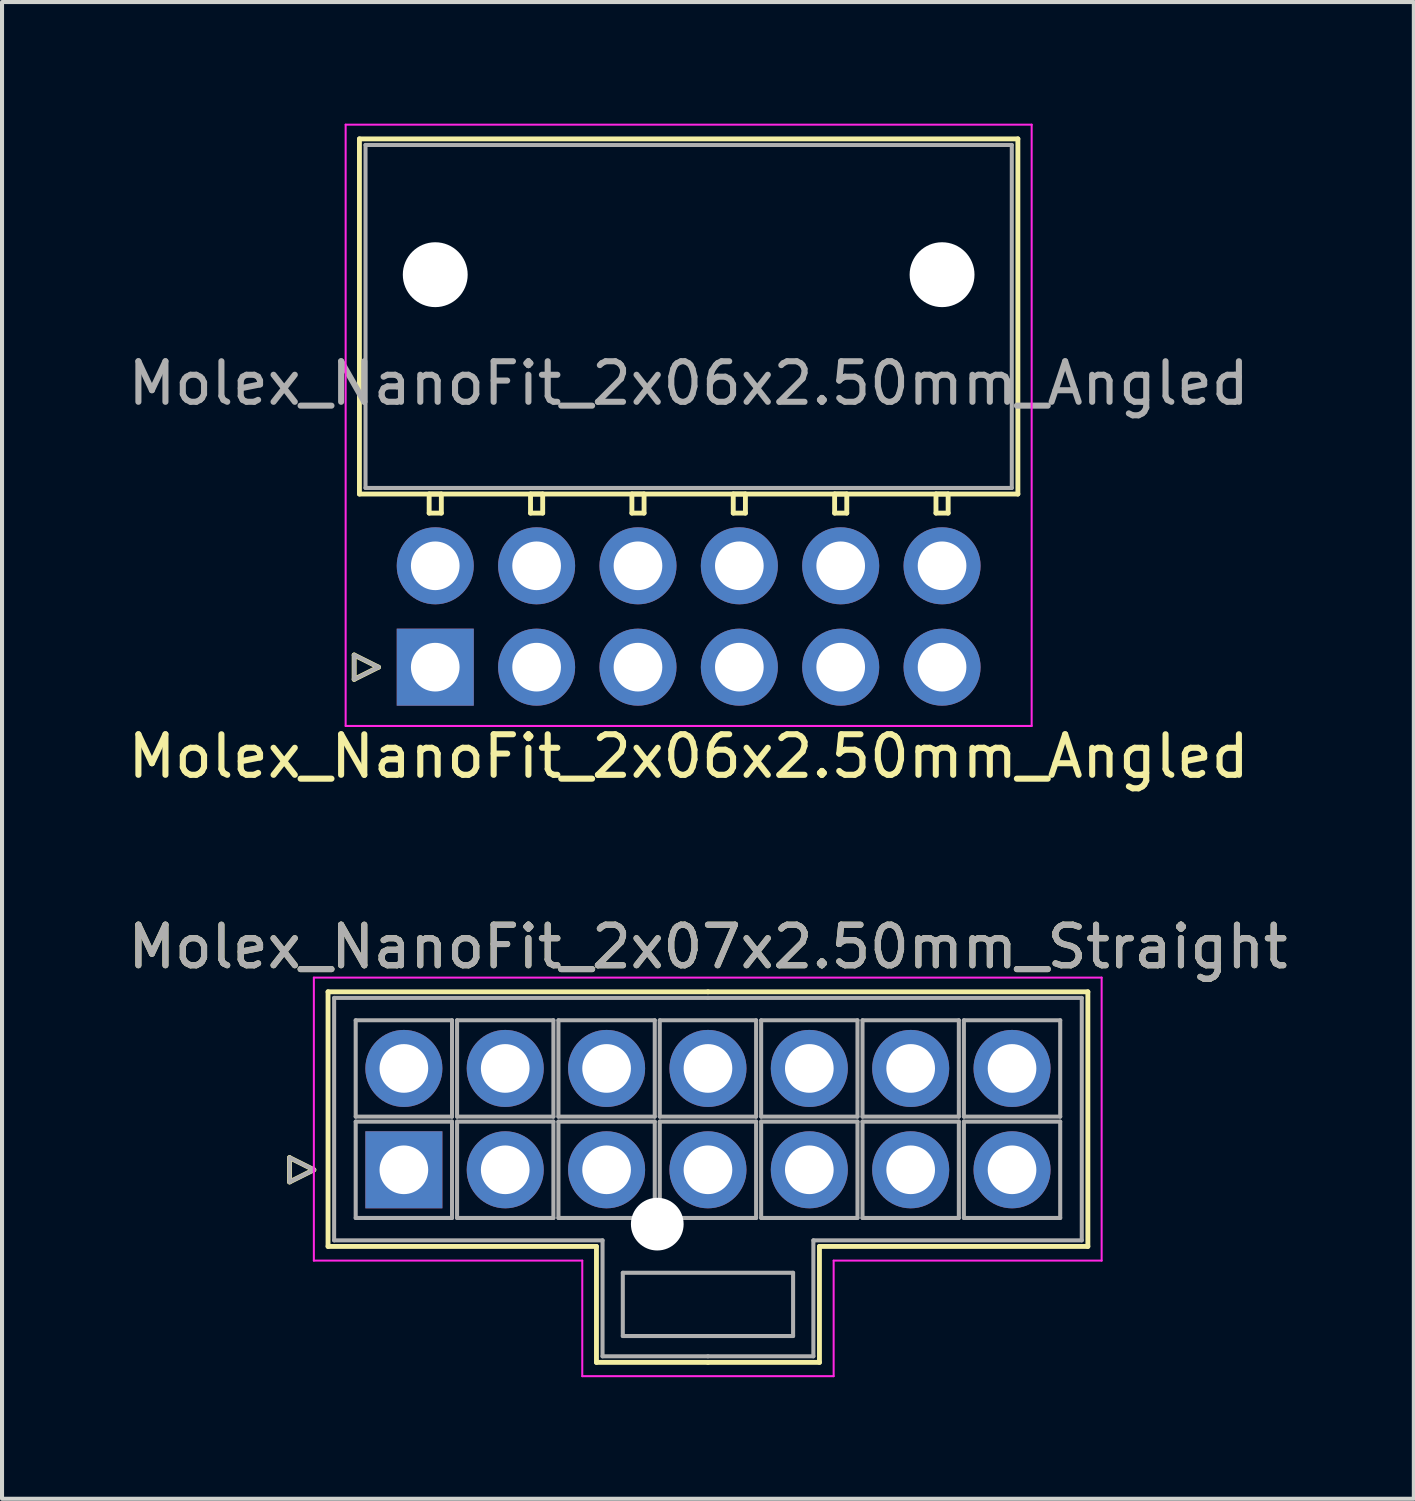
<source format=kicad_pcb>
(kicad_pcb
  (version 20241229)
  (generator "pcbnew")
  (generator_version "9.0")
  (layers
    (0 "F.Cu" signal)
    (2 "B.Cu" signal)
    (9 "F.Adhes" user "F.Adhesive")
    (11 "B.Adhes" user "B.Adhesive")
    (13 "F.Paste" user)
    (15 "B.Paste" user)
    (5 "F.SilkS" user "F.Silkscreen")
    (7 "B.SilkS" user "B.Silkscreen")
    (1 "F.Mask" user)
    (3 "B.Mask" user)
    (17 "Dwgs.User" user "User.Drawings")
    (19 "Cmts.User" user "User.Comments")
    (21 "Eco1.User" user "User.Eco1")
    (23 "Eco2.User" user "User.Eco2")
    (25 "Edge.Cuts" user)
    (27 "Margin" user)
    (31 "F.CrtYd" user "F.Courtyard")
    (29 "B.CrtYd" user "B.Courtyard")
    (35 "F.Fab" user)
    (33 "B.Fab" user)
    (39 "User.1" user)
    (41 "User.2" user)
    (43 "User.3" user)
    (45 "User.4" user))
  (footprint "Molex_NanoFit_2x07x2.50mm_Straight"
    (layer "F.Cu")
    (at 6.911 25.802)
    (property "Reference" "Molex_NanoFit_2x07x2.50mm_Straight" (at 7.5 -5.5 0) (layer "F.SilkS") (effects (font (size 1 1) (thickness 0.15))))
    (attr through_hole)
    (fp_line (start -2.82 -0.3) (end -2.22 0) (stroke (width 0.12) (type solid)) (layer "F.SilkS"))
    (fp_line (start -2.82 0.3) (end -2.82 -0.3) (stroke (width 0.12) (type solid)) (layer "F.SilkS"))
    (fp_line (start -2.22 0) (end -2.82 0.3) (stroke (width 0.12) (type solid)) (layer "F.SilkS"))
    (fp_line (start -1.87 -4.39) (end -1.87 1.89) (stroke (width 0.12) (type solid)) (layer "F.SilkS"))
    (fp_line (start -1.87 1.89) (end 4.75 1.89) (stroke (width 0.12) (type solid)) (layer "F.SilkS"))
    (fp_line (start 4.75 1.89) (end 4.75 4.75) (stroke (width 0.12) (type solid)) (layer "F.SilkS"))
    (fp_line (start 4.75 4.75) (end 7.5 4.75) (stroke (width 0.12) (type solid)) (layer "F.SilkS"))
    (fp_line (start 7.5 -4.39) (end -1.87 -4.39) (stroke (width 0.12) (type solid)) (layer "F.SilkS"))
    (fp_line (start 7.5 -4.39) (end 16.87 -4.39) (stroke (width 0.12) (type solid)) (layer "F.SilkS"))
    (fp_line (start 10.25 1.89) (end 10.25 4.75) (stroke (width 0.12) (type solid)) (layer "F.SilkS"))
    (fp_line (start 10.25 4.75) (end 7.5 4.75) (stroke (width 0.12) (type solid)) (layer "F.SilkS"))
    (fp_line (start 16.87 -4.39) (end 16.87 1.89) (stroke (width 0.12) (type solid)) (layer "F.SilkS"))
    (fp_line (start 16.87 1.89) (end 10.25 1.89) (stroke (width 0.12) (type solid)) (layer "F.SilkS"))
    (fp_line (start -2.22 -4.74) (end -2.22 2.24) (stroke (width 0.05) (type solid)) (layer "F.CrtYd"))
    (fp_line (start -2.22 2.24) (end 4.4 2.24) (stroke (width 0.05) (type solid)) (layer "F.CrtYd"))
    (fp_line (start 4.4 2.24) (end 4.4 5.09) (stroke (width 0.05) (type solid)) (layer "F.CrtYd"))
    (fp_line (start 4.4 5.09) (end 10.6 5.09) (stroke (width 0.05) (type solid)) (layer "F.CrtYd"))
    (fp_line (start 10.6 2.24) (end 17.21 2.24) (stroke (width 0.05) (type solid)) (layer "F.CrtYd"))
    (fp_line (start 10.6 5.09) (end 10.6 2.24) (stroke (width 0.05) (type solid)) (layer "F.CrtYd"))
    (fp_line (start 17.21 -4.74) (end -2.22 -4.74) (stroke (width 0.05) (type solid)) (layer "F.CrtYd"))
    (fp_line (start 17.21 2.24) (end 17.21 -4.74) (stroke (width 0.05) (type solid)) (layer "F.CrtYd"))
    (fp_line (start -2.82 -0.3) (end -2.22 0) (stroke (width 0.1) (type solid)) (layer "F.Fab"))
    (fp_line (start -2.82 0.3) (end -2.82 -0.3) (stroke (width 0.1) (type solid)) (layer "F.Fab"))
    (fp_line (start -2.22 0) (end -2.82 0.3) (stroke (width 0.1) (type solid)) (layer "F.Fab"))
    (fp_line (start -1.72 -4.24) (end -1.72 1.74) (stroke (width 0.1) (type solid)) (layer "F.Fab"))
    (fp_line (start -1.72 1.74) (end 4.9 1.74) (stroke (width 0.1) (type solid)) (layer "F.Fab"))
    (fp_line (start -1.188 -3.688) (end -1.188 -1.312) (stroke (width 0.1) (type solid)) (layer "F.Fab"))
    (fp_line (start -1.188 -1.312) (end 1.188 -1.312) (stroke (width 0.1) (type solid)) (layer "F.Fab"))
    (fp_line (start -1.188 -1.188) (end -1.188 1.188) (stroke (width 0.1) (type solid)) (layer "F.Fab"))
    (fp_line (start -1.188 1.188) (end 1.188 1.188) (stroke (width 0.1) (type solid)) (layer "F.Fab"))
    (fp_line (start 1.188 -3.688) (end -1.188 -3.688) (stroke (width 0.1) (type solid)) (layer "F.Fab"))
    (fp_line (start 1.188 -1.312) (end 1.188 -3.688) (stroke (width 0.1) (type solid)) (layer "F.Fab"))
    (fp_line (start 1.188 -1.188) (end -1.188 -1.188) (stroke (width 0.1) (type solid)) (layer "F.Fab"))
    (fp_line (start 1.188 1.188) (end 1.188 -1.188) (stroke (width 0.1) (type solid)) (layer "F.Fab"))
    (fp_line (start 1.312 -3.688) (end 1.312 -1.312) (stroke (width 0.1) (type solid)) (layer "F.Fab"))
    (fp_line (start 1.312 -1.312) (end 3.688 -1.312) (stroke (width 0.1) (type solid)) (layer "F.Fab"))
    (fp_line (start 1.312 -1.188) (end 1.312 1.188) (stroke (width 0.1) (type solid)) (layer "F.Fab"))
    (fp_line (start 1.312 1.188) (end 3.688 1.188) (stroke (width 0.1) (type solid)) (layer "F.Fab"))
    (fp_line (start 3.688 -3.688) (end 1.312 -3.688) (stroke (width 0.1) (type solid)) (layer "F.Fab"))
    (fp_line (start 3.688 -1.312) (end 3.688 -3.688) (stroke (width 0.1) (type solid)) (layer "F.Fab"))
    (fp_line (start 3.688 -1.188) (end 1.312 -1.188) (stroke (width 0.1) (type solid)) (layer "F.Fab"))
    (fp_line (start 3.688 1.188) (end 3.688 -1.188) (stroke (width 0.1) (type solid)) (layer "F.Fab"))
    (fp_line (start 3.812 -3.688) (end 3.812 -1.312) (stroke (width 0.1) (type solid)) (layer "F.Fab"))
    (fp_line (start 3.812 -1.312) (end 6.188 -1.312) (stroke (width 0.1) (type solid)) (layer "F.Fab"))
    (fp_line (start 3.812 -1.188) (end 3.812 1.188) (stroke (width 0.1) (type solid)) (layer "F.Fab"))
    (fp_line (start 3.812 1.188) (end 6.188 1.188) (stroke (width 0.1) (type solid)) (layer "F.Fab"))
    (fp_line (start 4.9 1.74) (end 4.9 4.6) (stroke (width 0.1) (type solid)) (layer "F.Fab"))
    (fp_line (start 4.9 4.6) (end 7.5 4.6) (stroke (width 0.1) (type solid)) (layer "F.Fab"))
    (fp_line (start 5.4 2.54) (end 5.4 4.1) (stroke (width 0.1) (type solid)) (layer "F.Fab"))
    (fp_line (start 5.4 4.1) (end 9.6 4.1) (stroke (width 0.1) (type solid)) (layer "F.Fab"))
    (fp_line (start 6.188 -3.688) (end 3.812 -3.688) (stroke (width 0.1) (type solid)) (layer "F.Fab"))
    (fp_line (start 6.188 -1.312) (end 6.188 -3.688) (stroke (width 0.1) (type solid)) (layer "F.Fab"))
    (fp_line (start 6.188 -1.188) (end 3.812 -1.188) (stroke (width 0.1) (type solid)) (layer "F.Fab"))
    (fp_line (start 6.188 1.188) (end 6.188 -1.188) (stroke (width 0.1) (type solid)) (layer "F.Fab"))
    (fp_line (start 6.312 -3.688) (end 6.312 -1.312) (stroke (width 0.1) (type solid)) (layer "F.Fab"))
    (fp_line (start 6.312 -1.312) (end 8.688 -1.312) (stroke (width 0.1) (type solid)) (layer "F.Fab"))
    (fp_line (start 6.312 -1.188) (end 6.312 1.188) (stroke (width 0.1) (type solid)) (layer "F.Fab"))
    (fp_line (start 6.312 1.188) (end 8.688 1.188) (stroke (width 0.1) (type solid)) (layer "F.Fab"))
    (fp_line (start 7.5 -4.24) (end -1.72 -4.24) (stroke (width 0.1) (type solid)) (layer "F.Fab"))
    (fp_line (start 7.5 -4.24) (end 16.72 -4.24) (stroke (width 0.1) (type solid)) (layer "F.Fab"))
    (fp_line (start 8.688 -3.688) (end 6.312 -3.688) (stroke (width 0.1) (type solid)) (layer "F.Fab"))
    (fp_line (start 8.688 -1.312) (end 8.688 -3.688) (stroke (width 0.1) (type solid)) (layer "F.Fab"))
    (fp_line (start 8.688 -1.188) (end 6.312 -1.188) (stroke (width 0.1) (type solid)) (layer "F.Fab"))
    (fp_line (start 8.688 1.188) (end 8.688 -1.188) (stroke (width 0.1) (type solid)) (layer "F.Fab"))
    (fp_line (start 8.812 -3.688) (end 8.812 -1.312) (stroke (width 0.1) (type solid)) (layer "F.Fab"))
    (fp_line (start 8.812 -1.312) (end 11.188 -1.312) (stroke (width 0.1) (type solid)) (layer "F.Fab"))
    (fp_line (start 8.812 -1.188) (end 8.812 1.188) (stroke (width 0.1) (type solid)) (layer "F.Fab"))
    (fp_line (start 8.812 1.188) (end 11.188 1.188) (stroke (width 0.1) (type solid)) (layer "F.Fab"))
    (fp_line (start 9.6 2.54) (end 5.4 2.54) (stroke (width 0.1) (type solid)) (layer "F.Fab"))
    (fp_line (start 9.6 4.1) (end 9.6 2.54) (stroke (width 0.1) (type solid)) (layer "F.Fab"))
    (fp_line (start 10.1 1.74) (end 10.1 4.6) (stroke (width 0.1) (type solid)) (layer "F.Fab"))
    (fp_line (start 10.1 4.6) (end 7.5 4.6) (stroke (width 0.1) (type solid)) (layer "F.Fab"))
    (fp_line (start 11.188 -3.688) (end 8.812 -3.688) (stroke (width 0.1) (type solid)) (layer "F.Fab"))
    (fp_line (start 11.188 -1.312) (end 11.188 -3.688) (stroke (width 0.1) (type solid)) (layer "F.Fab"))
    (fp_line (start 11.188 -1.188) (end 8.812 -1.188) (stroke (width 0.1) (type solid)) (layer "F.Fab"))
    (fp_line (start 11.188 1.188) (end 11.188 -1.188) (stroke (width 0.1) (type solid)) (layer "F.Fab"))
    (fp_line (start 11.312 -3.688) (end 11.312 -1.312) (stroke (width 0.1) (type solid)) (layer "F.Fab"))
    (fp_line (start 11.312 -1.312) (end 13.688 -1.312) (stroke (width 0.1) (type solid)) (layer "F.Fab"))
    (fp_line (start 11.312 -1.188) (end 11.312 1.188) (stroke (width 0.1) (type solid)) (layer "F.Fab"))
    (fp_line (start 11.312 1.188) (end 13.688 1.188) (stroke (width 0.1) (type solid)) (layer "F.Fab"))
    (fp_line (start 13.688 -3.688) (end 11.312 -3.688) (stroke (width 0.1) (type solid)) (layer "F.Fab"))
    (fp_line (start 13.688 -1.312) (end 13.688 -3.688) (stroke (width 0.1) (type solid)) (layer "F.Fab"))
    (fp_line (start 13.688 -1.188) (end 11.312 -1.188) (stroke (width 0.1) (type solid)) (layer "F.Fab"))
    (fp_line (start 13.688 1.188) (end 13.688 -1.188) (stroke (width 0.1) (type solid)) (layer "F.Fab"))
    (fp_line (start 13.812 -3.688) (end 13.812 -1.312) (stroke (width 0.1) (type solid)) (layer "F.Fab"))
    (fp_line (start 13.812 -1.312) (end 16.188 -1.312) (stroke (width 0.1) (type solid)) (layer "F.Fab"))
    (fp_line (start 13.812 -1.188) (end 13.812 1.188) (stroke (width 0.1) (type solid)) (layer "F.Fab"))
    (fp_line (start 13.812 1.188) (end 16.188 1.188) (stroke (width 0.1) (type solid)) (layer "F.Fab"))
    (fp_line (start 16.188 -3.688) (end 13.812 -3.688) (stroke (width 0.1) (type solid)) (layer "F.Fab"))
    (fp_line (start 16.188 -1.312) (end 16.188 -3.688) (stroke (width 0.1) (type solid)) (layer "F.Fab"))
    (fp_line (start 16.188 -1.188) (end 13.812 -1.188) (stroke (width 0.1) (type solid)) (layer "F.Fab"))
    (fp_line (start 16.188 1.188) (end 16.188 -1.188) (stroke (width 0.1) (type solid)) (layer "F.Fab"))
    (fp_line (start 16.72 -4.24) (end 16.72 1.74) (stroke (width 0.1) (type solid)) (layer "F.Fab"))
    (fp_line (start 16.72 1.74) (end 10.1 1.74) (stroke (width 0.1) (type solid)) (layer "F.Fab"))
    (fp_text user "${REFERENCE}" (at 7.5 -5.5 0) (layer "F.Fab") (effects (font (size 1 1) (thickness 0.15))))
    (pad "" np_thru_hole circle (at 6.25 1.34) (size 1.3 1.3) (drill 1.3) (layers "*.Cu" "*.Mask"))
    (pad "1" thru_hole rect (at 0 0) (size 1.9 1.9) (drill 1.2) (layers "*.Cu" "*.Mask"))
    (pad "2" thru_hole circle (at 2.5 0) (size 1.9 1.9) (drill 1.2) (layers "*.Cu" "*.Mask"))
    (pad "3" thru_hole circle (at 5 0) (size 1.9 1.9) (drill 1.2) (layers "*.Cu" "*.Mask"))
    (pad "4" thru_hole circle (at 7.5 0) (size 1.9 1.9) (drill 1.2) (layers "*.Cu" "*.Mask"))
    (pad "5" thru_hole circle (at 10 0) (size 1.9 1.9) (drill 1.2) (layers "*.Cu" "*.Mask"))
    (pad "6" thru_hole circle (at 12.5 0) (size 1.9 1.9) (drill 1.2) (layers "*.Cu" "*.Mask"))
    (pad "7" thru_hole circle (at 15 0) (size 1.9 1.9) (drill 1.2) (layers "*.Cu" "*.Mask"))
    (pad "8" thru_hole circle (at 0 -2.5) (size 1.9 1.9) (drill 1.2) (layers "*.Cu" "*.Mask"))
    (pad "9" thru_hole circle (at 2.5 -2.5) (size 1.9 1.9) (drill 1.2) (layers "*.Cu" "*.Mask"))
    (pad "10" thru_hole circle (at 5 -2.5) (size 1.9 1.9) (drill 1.2) (layers "*.Cu" "*.Mask"))
    (pad "11" thru_hole circle (at 7.5 -2.5) (size 1.9 1.9) (drill 1.2) (layers "*.Cu" "*.Mask"))
    (pad "12" thru_hole circle (at 10 -2.5) (size 1.9 1.9) (drill 1.2) (layers "*.Cu" "*.Mask"))
    (pad "13" thru_hole circle (at 12.5 -2.5) (size 1.9 1.9) (drill 1.2) (layers "*.Cu" "*.Mask"))
    (pad "14" thru_hole circle (at 15 -2.5) (size 1.9 1.9) (drill 1.2) (layers "*.Cu" "*.Mask")))
  (footprint "Molex_NanoFit_2x06x2.50mm_Angled"
    (layer "F.Cu")
    (at 7.685 13.405)
    (property "Reference" "Molex_NanoFit_2x06x2.50mm_Angled" (at 6.25 2.2 0) (layer "F.SilkS") (effects (font (size 1 1) (thickness 0.15))))
    (attr through_hole)
    (fp_line (start -2 -0.3) (end -1.4 0) (stroke (width 0.12) (type solid)) (layer "F.SilkS"))
    (fp_line (start -2 0.3) (end -2 -0.3) (stroke (width 0.12) (type solid)) (layer "F.SilkS"))
    (fp_line (start -1.87 -13.03) (end -1.87 -4.27) (stroke (width 0.12) (type solid)) (layer "F.SilkS"))
    (fp_line (start -1.87 -4.27) (end 14.37 -4.27) (stroke (width 0.12) (type solid)) (layer "F.SilkS"))
    (fp_line (start -1.4 0) (end -2 0.3) (stroke (width 0.12) (type solid)) (layer "F.SilkS"))
    (fp_line (start -0.15 -4.27) (end -0.15 -3.8) (stroke (width 0.12) (type solid)) (layer "F.SilkS"))
    (fp_line (start -0.15 -3.8) (end 0.15 -3.8) (stroke (width 0.12) (type solid)) (layer "F.SilkS"))
    (fp_line (start 0.15 -4.27) (end -0.15 -4.27) (stroke (width 0.12) (type solid)) (layer "F.SilkS"))
    (fp_line (start 0.15 -3.8) (end 0.15 -4.27) (stroke (width 0.12) (type solid)) (layer "F.SilkS"))
    (fp_line (start 2.35 -4.27) (end 2.35 -3.8) (stroke (width 0.12) (type solid)) (layer "F.SilkS"))
    (fp_line (start 2.35 -3.8) (end 2.65 -3.8) (stroke (width 0.12) (type solid)) (layer "F.SilkS"))
    (fp_line (start 2.65 -4.27) (end 2.35 -4.27) (stroke (width 0.12) (type solid)) (layer "F.SilkS"))
    (fp_line (start 2.65 -3.8) (end 2.65 -4.27) (stroke (width 0.12) (type solid)) (layer "F.SilkS"))
    (fp_line (start 4.85 -4.27) (end 4.85 -3.8) (stroke (width 0.12) (type solid)) (layer "F.SilkS"))
    (fp_line (start 4.85 -3.8) (end 5.15 -3.8) (stroke (width 0.12) (type solid)) (layer "F.SilkS"))
    (fp_line (start 5.15 -4.27) (end 4.85 -4.27) (stroke (width 0.12) (type solid)) (layer "F.SilkS"))
    (fp_line (start 5.15 -3.8) (end 5.15 -4.27) (stroke (width 0.12) (type solid)) (layer "F.SilkS"))
    (fp_line (start 7.35 -4.27) (end 7.35 -3.8) (stroke (width 0.12) (type solid)) (layer "F.SilkS"))
    (fp_line (start 7.35 -3.8) (end 7.65 -3.8) (stroke (width 0.12) (type solid)) (layer "F.SilkS"))
    (fp_line (start 7.65 -4.27) (end 7.35 -4.27) (stroke (width 0.12) (type solid)) (layer "F.SilkS"))
    (fp_line (start 7.65 -3.8) (end 7.65 -4.27) (stroke (width 0.12) (type solid)) (layer "F.SilkS"))
    (fp_line (start 9.85 -4.27) (end 9.85 -3.8) (stroke (width 0.12) (type solid)) (layer "F.SilkS"))
    (fp_line (start 9.85 -3.8) (end 10.15 -3.8) (stroke (width 0.12) (type solid)) (layer "F.SilkS"))
    (fp_line (start 10.15 -4.27) (end 9.85 -4.27) (stroke (width 0.12) (type solid)) (layer "F.SilkS"))
    (fp_line (start 10.15 -3.8) (end 10.15 -4.27) (stroke (width 0.12) (type solid)) (layer "F.SilkS"))
    (fp_line (start 12.35 -4.27) (end 12.35 -3.8) (stroke (width 0.12) (type solid)) (layer "F.SilkS"))
    (fp_line (start 12.35 -3.8) (end 12.65 -3.8) (stroke (width 0.12) (type solid)) (layer "F.SilkS"))
    (fp_line (start 12.65 -4.27) (end 12.35 -4.27) (stroke (width 0.12) (type solid)) (layer "F.SilkS"))
    (fp_line (start 12.65 -3.8) (end 12.65 -4.27) (stroke (width 0.12) (type solid)) (layer "F.SilkS"))
    (fp_line (start 14.37 -13.03) (end -1.87 -13.03) (stroke (width 0.12) (type solid)) (layer "F.SilkS"))
    (fp_line (start 14.37 -4.27) (end 14.37 -13.03) (stroke (width 0.12) (type solid)) (layer "F.SilkS"))
    (fp_line (start -2.21 -13.38) (end -2.21 1.45) (stroke (width 0.05) (type solid)) (layer "F.CrtYd"))
    (fp_line (start -2.21 1.45) (end 14.71 1.45) (stroke (width 0.05) (type solid)) (layer "F.CrtYd"))
    (fp_line (start 14.71 -13.38) (end -2.21 -13.38) (stroke (width 0.05) (type solid)) (layer "F.CrtYd"))
    (fp_line (start 14.71 1.45) (end 14.71 -13.38) (stroke (width 0.05) (type solid)) (layer "F.CrtYd"))
    (fp_line (start -2 -0.3) (end -1.4 0) (stroke (width 0.1) (type solid)) (layer "F.Fab"))
    (fp_line (start -2 0.3) (end -2 -0.3) (stroke (width 0.1) (type solid)) (layer "F.Fab"))
    (fp_line (start -1.72 -12.88) (end -1.72 -4.42) (stroke (width 0.1) (type solid)) (layer "F.Fab"))
    (fp_line (start -1.72 -4.42) (end 14.22 -4.42) (stroke (width 0.1) (type solid)) (layer "F.Fab"))
    (fp_line (start -1.4 0) (end -2 0.3) (stroke (width 0.1) (type solid)) (layer "F.Fab"))
    (fp_line (start 14.22 -12.88) (end -1.72 -12.88) (stroke (width 0.1) (type solid)) (layer "F.Fab"))
    (fp_line (start 14.22 -4.42) (end 14.22 -12.88) (stroke (width 0.1) (type solid)) (layer "F.Fab"))
    (fp_text user "${REFERENCE}" (at 6.25 -7 0) (layer "F.Fab") (effects (font (size 1 1) (thickness 0.15))))
    (pad "" np_thru_hole circle (at 0 -9.68) (size 1.6 1.6) (drill 1.6) (layers "*.Cu" "*.Mask"))
    (pad "" np_thru_hole circle (at 12.5 -9.68) (size 1.6 1.6) (drill 1.6) (layers "*.Cu" "*.Mask"))
    (pad "1" thru_hole rect (at 0 0) (size 1.9 1.9) (drill 1.2) (layers "*.Cu" "*.Mask"))
    (pad "2" thru_hole circle (at 2.5 0) (size 1.9 1.9) (drill 1.2) (layers "*.Cu" "*.Mask"))
    (pad "3" thru_hole circle (at 5 0) (size 1.9 1.9) (drill 1.2) (layers "*.Cu" "*.Mask"))
    (pad "4" thru_hole circle (at 7.5 0) (size 1.9 1.9) (drill 1.2) (layers "*.Cu" "*.Mask"))
    (pad "5" thru_hole circle (at 10 0) (size 1.9 1.9) (drill 1.2) (layers "*.Cu" "*.Mask"))
    (pad "6" thru_hole circle (at 12.5 0) (size 1.9 1.9) (drill 1.2) (layers "*.Cu" "*.Mask"))
    (pad "7" thru_hole circle (at 0 -2.5) (size 1.9 1.9) (drill 1.2) (layers "*.Cu" "*.Mask"))
    (pad "8" thru_hole circle (at 2.5 -2.5) (size 1.9 1.9) (drill 1.2) (layers "*.Cu" "*.Mask"))
    (pad "9" thru_hole circle (at 5 -2.5) (size 1.9 1.9) (drill 1.2) (layers "*.Cu" "*.Mask"))
    (pad "10" thru_hole circle (at 7.5 -2.5) (size 1.9 1.9) (drill 1.2) (layers "*.Cu" "*.Mask"))
    (pad "11" thru_hole circle (at 10 -2.5) (size 1.9 1.9) (drill 1.2) (layers "*.Cu" "*.Mask"))
    (pad "12" thru_hole circle (at 12.5 -2.5) (size 1.9 1.9) (drill 1.2) (layers "*.Cu" "*.Mask")))
  (gr_rect
    (start -3 -3)
    (end 31.821 33.916)
    (stroke (width 0.1) (type default))
    (fill no)
    (layer "Edge.Cuts")))
</source>
